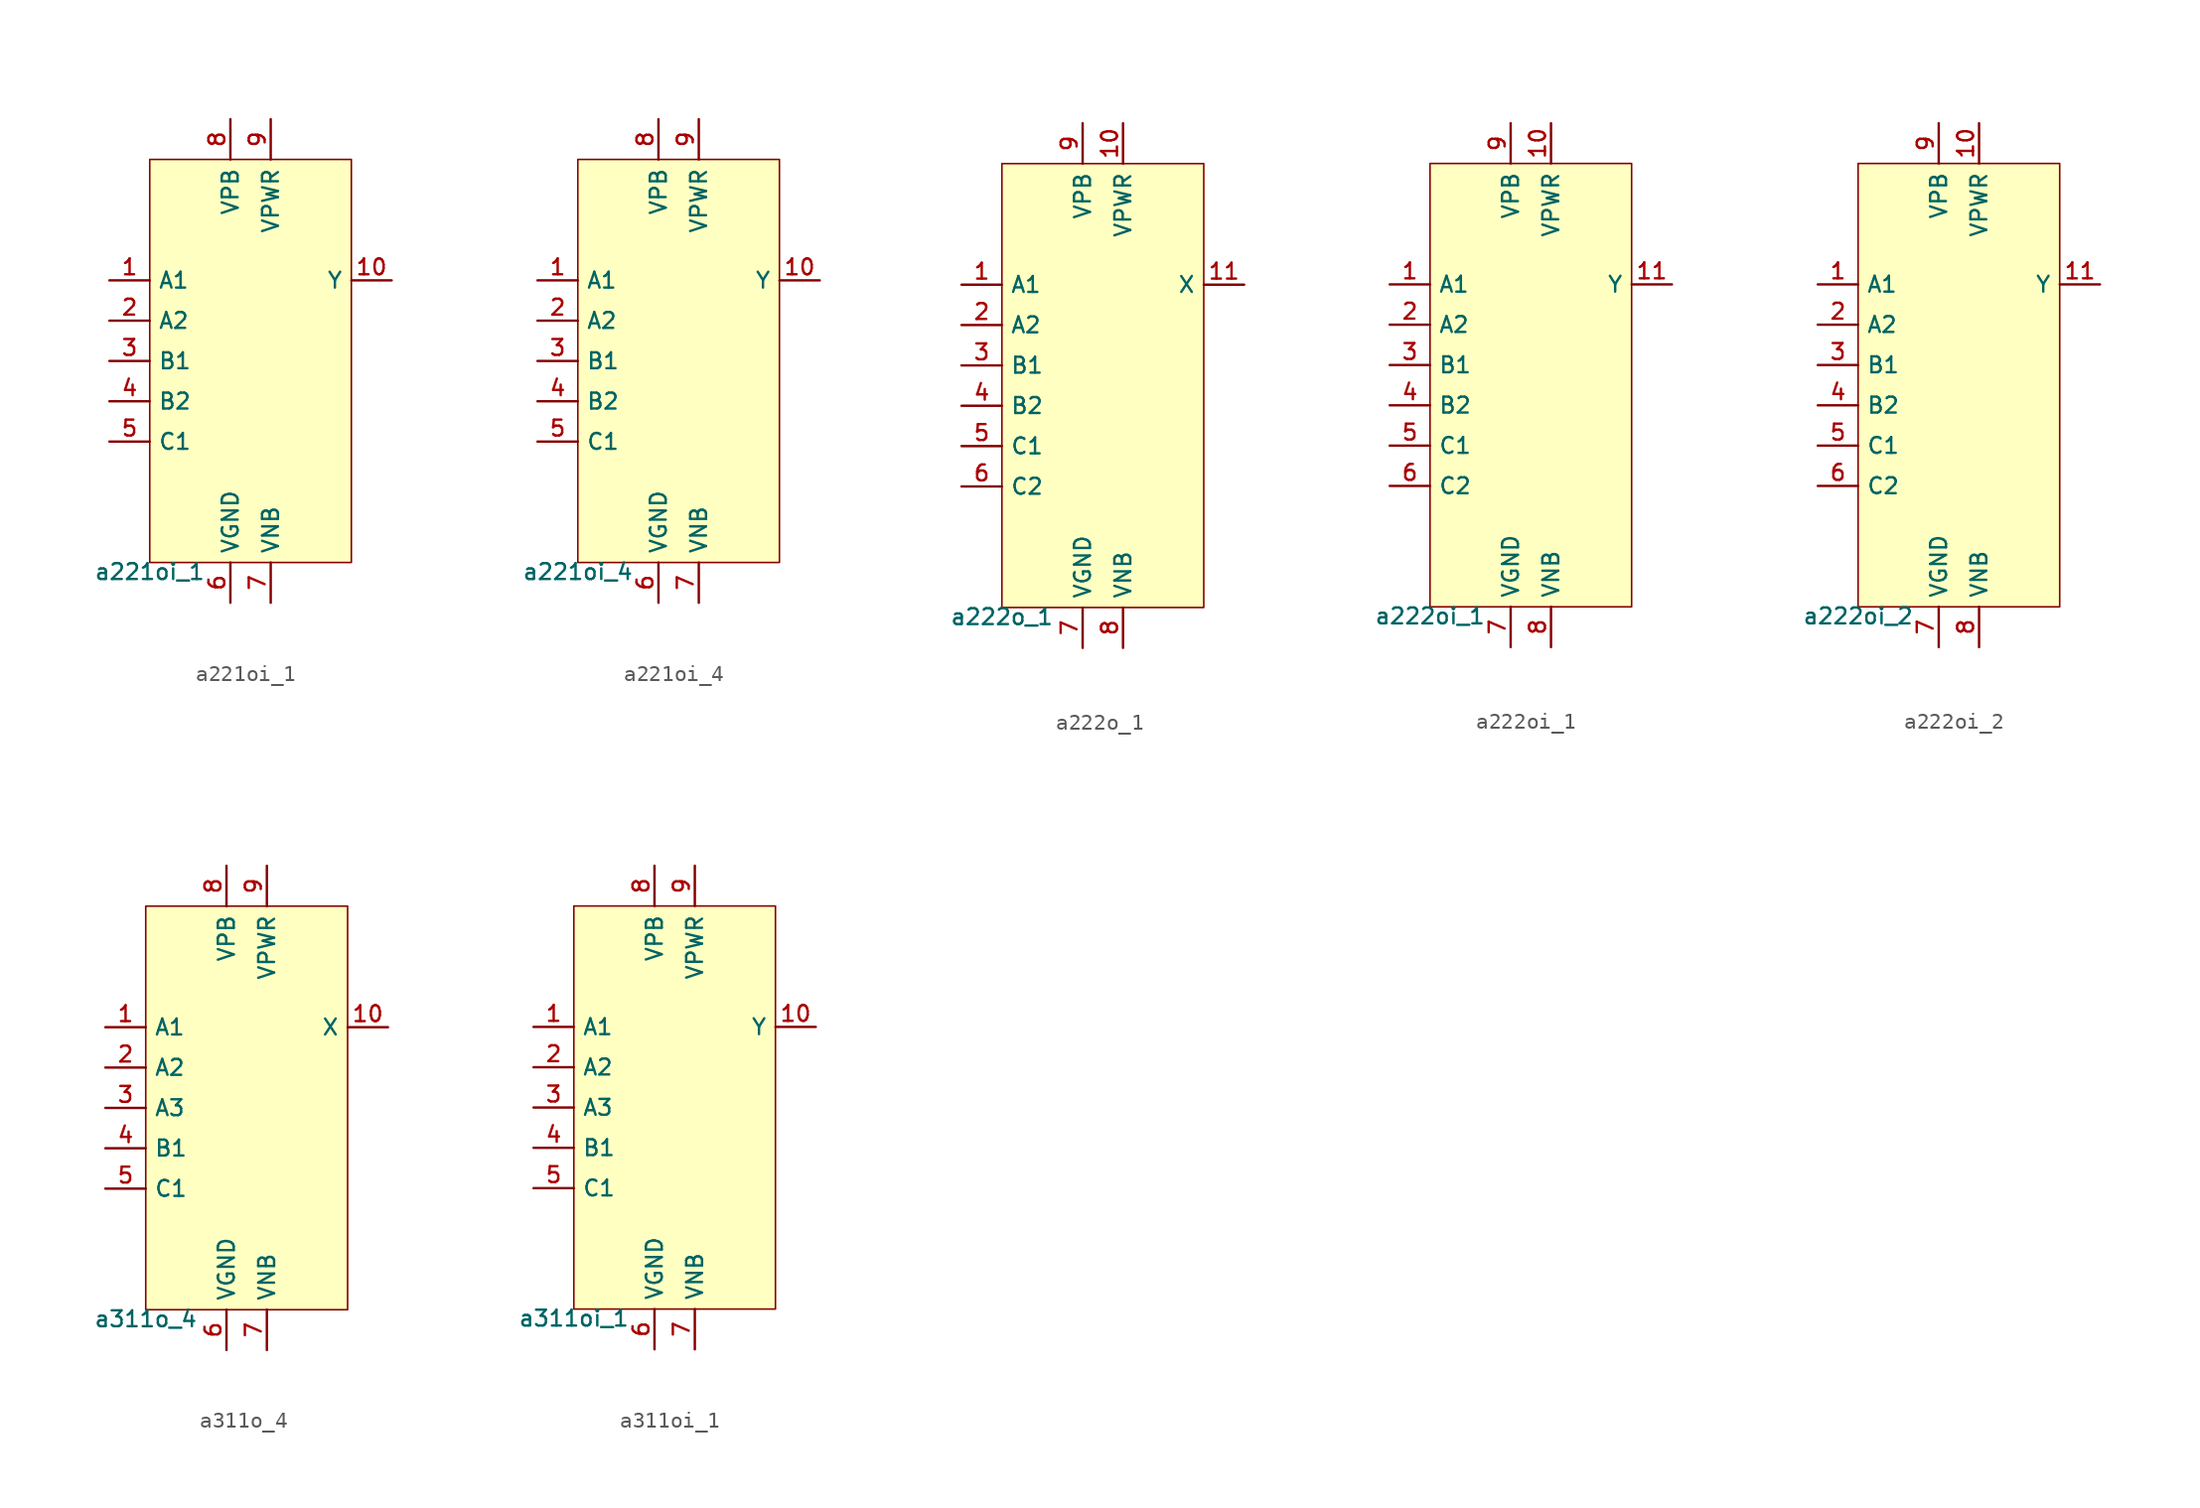
<source format=kicad_sym>
(kicad_symbol_lib
  (version 20211014)
  (generator pdk2kicad)
  (symbol "a221oi_1"
    (property "Reference" "X"
      (at 0 0 0)
      (effects (font (size 1 1)) hide))
    (property "Value" "a221oi_1"
      (at -6.35 -12.7 0)
      (effects (font (size 1 1)) (justify top)))
    (rectangle
      (start -6.35 -12.7)
      (end 6.35 12.7)
      (stroke (width 0.1) (type solid) (color 0 0 0 0))
      (fill (type background)))
    (pin input line
      (at -8.89 5.08 0)
      (length 2.54)
      (name "A1" (effects (font (size 1 1)) hide))
      (number "1" (effects (font (size 1 1)) hide)))
    (pin input line
      (at -8.89 2.54 0)
      (length 2.54)
      (name "A2" (effects (font (size 1 1)) hide))
      (number "2" (effects (font (size 1 1)) hide)))
    (pin input line
      (at -8.89 -8.881784197001252e-16 0)
      (length 2.54)
      (name "B1" (effects (font (size 1 1)) hide))
      (number "3" (effects (font (size 1 1)) hide)))
    (pin input line
      (at -8.89 -2.54 0)
      (length 2.54)
      (name "B2" (effects (font (size 1 1)) hide))
      (number "4" (effects (font (size 1 1)) hide)))
    (pin input line
      (at -8.89 -5.08 0)
      (length 2.54)
      (name "C1" (effects (font (size 1 1)) hide))
      (number "5" (effects (font (size 1 1)) hide)))
    (pin power_in line
      (at -1.27 -15.24 90)
      (length 2.54)
      (name "VGND" (effects (font (size 1 1)) hide))
      (number "6" (effects (font (size 1 1)) hide)))
    (pin power_in line
      (at 1.27 -15.24 90)
      (length 2.54)
      (name "VNB" (effects (font (size 1 1)) hide))
      (number "7" (effects (font (size 1 1)) hide)))
    (pin power_in line
      (at -1.27 15.24 270)
      (length 2.54)
      (name "VPB" (effects (font (size 1 1)) hide))
      (number "8" (effects (font (size 1 1)) hide)))
    (pin power_in line
      (at 1.27 15.24 270)
      (length 2.54)
      (name "VPWR" (effects (font (size 1 1)) hide))
      (number "9" (effects (font (size 1 1)) hide)))
    (pin output line
      (at 8.89 5.08 180)
      (length 2.54)
      (name "Y" (effects (font (size 1 1)) hide))
      (number "10" (effects (font (size 1 1)) hide))))
  (symbol "a221oi_4"
    (property "Reference" "X"
      (at 0 0 0)
      (effects (font (size 1 1)) hide))
    (property "Value" "a221oi_4"
      (at -6.35 -12.7 0)
      (effects (font (size 1 1)) (justify top)))
    (rectangle
      (start -6.35 -12.7)
      (end 6.35 12.7)
      (stroke (width 0.1) (type solid) (color 0 0 0 0))
      (fill (type background)))
    (pin input line
      (at -8.89 5.08 0)
      (length 2.54)
      (name "A1" (effects (font (size 1 1)) hide))
      (number "1" (effects (font (size 1 1)) hide)))
    (pin input line
      (at -8.89 2.54 0)
      (length 2.54)
      (name "A2" (effects (font (size 1 1)) hide))
      (number "2" (effects (font (size 1 1)) hide)))
    (pin input line
      (at -8.89 -8.881784197001252e-16 0)
      (length 2.54)
      (name "B1" (effects (font (size 1 1)) hide))
      (number "3" (effects (font (size 1 1)) hide)))
    (pin input line
      (at -8.89 -2.54 0)
      (length 2.54)
      (name "B2" (effects (font (size 1 1)) hide))
      (number "4" (effects (font (size 1 1)) hide)))
    (pin input line
      (at -8.89 -5.08 0)
      (length 2.54)
      (name "C1" (effects (font (size 1 1)) hide))
      (number "5" (effects (font (size 1 1)) hide)))
    (pin power_in line
      (at -1.27 -15.24 90)
      (length 2.54)
      (name "VGND" (effects (font (size 1 1)) hide))
      (number "6" (effects (font (size 1 1)) hide)))
    (pin power_in line
      (at 1.27 -15.24 90)
      (length 2.54)
      (name "VNB" (effects (font (size 1 1)) hide))
      (number "7" (effects (font (size 1 1)) hide)))
    (pin power_in line
      (at -1.27 15.24 270)
      (length 2.54)
      (name "VPB" (effects (font (size 1 1)) hide))
      (number "8" (effects (font (size 1 1)) hide)))
    (pin power_in line
      (at 1.27 15.24 270)
      (length 2.54)
      (name "VPWR" (effects (font (size 1 1)) hide))
      (number "9" (effects (font (size 1 1)) hide)))
    (pin output line
      (at 8.89 5.08 180)
      (length 2.54)
      (name "Y" (effects (font (size 1 1)) hide))
      (number "10" (effects (font (size 1 1)) hide))))
  (symbol "a222o_1"
    (property "Reference" "X"
      (at 0 0 0)
      (effects (font (size 1 1)) hide))
    (property "Value" "a222o_1"
      (at -6.35 -13.97 0)
      (effects (font (size 1 1)) (justify top)))
    (rectangle
      (start -6.35 -13.97)
      (end 6.35 13.97)
      (stroke (width 0.1) (type solid) (color 0 0 0 0))
      (fill (type background)))
    (pin input line
      (at -8.89 6.35 0)
      (length 2.54)
      (name "A1" (effects (font (size 1 1)) hide))
      (number "1" (effects (font (size 1 1)) hide)))
    (pin input line
      (at -8.89 3.81 0)
      (length 2.54)
      (name "A2" (effects (font (size 1 1)) hide))
      (number "2" (effects (font (size 1 1)) hide)))
    (pin input line
      (at -8.89 1.27 0)
      (length 2.54)
      (name "B1" (effects (font (size 1 1)) hide))
      (number "3" (effects (font (size 1 1)) hide)))
    (pin input line
      (at -8.89 -1.27 0)
      (length 2.54)
      (name "B2" (effects (font (size 1 1)) hide))
      (number "4" (effects (font (size 1 1)) hide)))
    (pin input line
      (at -8.89 -3.81 0)
      (length 2.54)
      (name "C1" (effects (font (size 1 1)) hide))
      (number "5" (effects (font (size 1 1)) hide)))
    (pin input line
      (at -8.89 -6.35 0)
      (length 2.54)
      (name "C2" (effects (font (size 1 1)) hide))
      (number "6" (effects (font (size 1 1)) hide)))
    (pin power_in line
      (at -1.27 -16.51 90)
      (length 2.54)
      (name "VGND" (effects (font (size 1 1)) hide))
      (number "7" (effects (font (size 1 1)) hide)))
    (pin power_in line
      (at 1.27 -16.51 90)
      (length 2.54)
      (name "VNB" (effects (font (size 1 1)) hide))
      (number "8" (effects (font (size 1 1)) hide)))
    (pin power_in line
      (at -1.27 16.51 270)
      (length 2.54)
      (name "VPB" (effects (font (size 1 1)) hide))
      (number "9" (effects (font (size 1 1)) hide)))
    (pin power_in line
      (at 1.27 16.51 270)
      (length 2.54)
      (name "VPWR" (effects (font (size 1 1)) hide))
      (number "10" (effects (font (size 1 1)) hide)))
    (pin output line
      (at 8.89 6.35 180)
      (length 2.54)
      (name "X" (effects (font (size 1 1)) hide))
      (number "11" (effects (font (size 1 1)) hide))))
  (symbol "a222oi_1"
    (property "Reference" "X"
      (at 0 0 0)
      (effects (font (size 1 1)) hide))
    (property "Value" "a222oi_1"
      (at -6.35 -13.97 0)
      (effects (font (size 1 1)) (justify top)))
    (rectangle
      (start -6.35 -13.97)
      (end 6.35 13.97)
      (stroke (width 0.1) (type solid) (color 0 0 0 0))
      (fill (type background)))
    (pin input line
      (at -8.89 6.35 0)
      (length 2.54)
      (name "A1" (effects (font (size 1 1)) hide))
      (number "1" (effects (font (size 1 1)) hide)))
    (pin input line
      (at -8.89 3.81 0)
      (length 2.54)
      (name "A2" (effects (font (size 1 1)) hide))
      (number "2" (effects (font (size 1 1)) hide)))
    (pin input line
      (at -8.89 1.27 0)
      (length 2.54)
      (name "B1" (effects (font (size 1 1)) hide))
      (number "3" (effects (font (size 1 1)) hide)))
    (pin input line
      (at -8.89 -1.27 0)
      (length 2.54)
      (name "B2" (effects (font (size 1 1)) hide))
      (number "4" (effects (font (size 1 1)) hide)))
    (pin input line
      (at -8.89 -3.81 0)
      (length 2.54)
      (name "C1" (effects (font (size 1 1)) hide))
      (number "5" (effects (font (size 1 1)) hide)))
    (pin input line
      (at -8.89 -6.35 0)
      (length 2.54)
      (name "C2" (effects (font (size 1 1)) hide))
      (number "6" (effects (font (size 1 1)) hide)))
    (pin power_in line
      (at -1.27 -16.51 90)
      (length 2.54)
      (name "VGND" (effects (font (size 1 1)) hide))
      (number "7" (effects (font (size 1 1)) hide)))
    (pin power_in line
      (at 1.27 -16.51 90)
      (length 2.54)
      (name "VNB" (effects (font (size 1 1)) hide))
      (number "8" (effects (font (size 1 1)) hide)))
    (pin power_in line
      (at -1.27 16.51 270)
      (length 2.54)
      (name "VPB" (effects (font (size 1 1)) hide))
      (number "9" (effects (font (size 1 1)) hide)))
    (pin power_in line
      (at 1.27 16.51 270)
      (length 2.54)
      (name "VPWR" (effects (font (size 1 1)) hide))
      (number "10" (effects (font (size 1 1)) hide)))
    (pin output line
      (at 8.89 6.35 180)
      (length 2.54)
      (name "Y" (effects (font (size 1 1)) hide))
      (number "11" (effects (font (size 1 1)) hide))))
  (symbol "a222oi_2"
    (property "Reference" "X"
      (at 0 0 0)
      (effects (font (size 1 1)) hide))
    (property "Value" "a222oi_2"
      (at -6.35 -13.97 0)
      (effects (font (size 1 1)) (justify top)))
    (rectangle
      (start -6.35 -13.97)
      (end 6.35 13.97)
      (stroke (width 0.1) (type solid) (color 0 0 0 0))
      (fill (type background)))
    (pin input line
      (at -8.89 6.35 0)
      (length 2.54)
      (name "A1" (effects (font (size 1 1)) hide))
      (number "1" (effects (font (size 1 1)) hide)))
    (pin input line
      (at -8.89 3.81 0)
      (length 2.54)
      (name "A2" (effects (font (size 1 1)) hide))
      (number "2" (effects (font (size 1 1)) hide)))
    (pin input line
      (at -8.89 1.27 0)
      (length 2.54)
      (name "B1" (effects (font (size 1 1)) hide))
      (number "3" (effects (font (size 1 1)) hide)))
    (pin input line
      (at -8.89 -1.27 0)
      (length 2.54)
      (name "B2" (effects (font (size 1 1)) hide))
      (number "4" (effects (font (size 1 1)) hide)))
    (pin input line
      (at -8.89 -3.81 0)
      (length 2.54)
      (name "C1" (effects (font (size 1 1)) hide))
      (number "5" (effects (font (size 1 1)) hide)))
    (pin input line
      (at -8.89 -6.35 0)
      (length 2.54)
      (name "C2" (effects (font (size 1 1)) hide))
      (number "6" (effects (font (size 1 1)) hide)))
    (pin power_in line
      (at -1.27 -16.51 90)
      (length 2.54)
      (name "VGND" (effects (font (size 1 1)) hide))
      (number "7" (effects (font (size 1 1)) hide)))
    (pin power_in line
      (at 1.27 -16.51 90)
      (length 2.54)
      (name "VNB" (effects (font (size 1 1)) hide))
      (number "8" (effects (font (size 1 1)) hide)))
    (pin power_in line
      (at -1.27 16.51 270)
      (length 2.54)
      (name "VPB" (effects (font (size 1 1)) hide))
      (number "9" (effects (font (size 1 1)) hide)))
    (pin power_in line
      (at 1.27 16.51 270)
      (length 2.54)
      (name "VPWR" (effects (font (size 1 1)) hide))
      (number "10" (effects (font (size 1 1)) hide)))
    (pin output line
      (at 8.89 6.35 180)
      (length 2.54)
      (name "Y" (effects (font (size 1 1)) hide))
      (number "11" (effects (font (size 1 1)) hide))))
  (symbol "a311o_4"
    (property "Reference" "X"
      (at 0 0 0)
      (effects (font (size 1 1)) hide))
    (property "Value" "a311o_4"
      (at -6.35 -12.7 0)
      (effects (font (size 1 1)) (justify top)))
    (rectangle
      (start -6.35 -12.7)
      (end 6.35 12.7)
      (stroke (width 0.1) (type solid) (color 0 0 0 0))
      (fill (type background)))
    (pin input line
      (at -8.89 5.08 0)
      (length 2.54)
      (name "A1" (effects (font (size 1 1)) hide))
      (number "1" (effects (font (size 1 1)) hide)))
    (pin input line
      (at -8.89 2.54 0)
      (length 2.54)
      (name "A2" (effects (font (size 1 1)) hide))
      (number "2" (effects (font (size 1 1)) hide)))
    (pin input line
      (at -8.89 -8.881784197001252e-16 0)
      (length 2.54)
      (name "A3" (effects (font (size 1 1)) hide))
      (number "3" (effects (font (size 1 1)) hide)))
    (pin input line
      (at -8.89 -2.54 0)
      (length 2.54)
      (name "B1" (effects (font (size 1 1)) hide))
      (number "4" (effects (font (size 1 1)) hide)))
    (pin input line
      (at -8.89 -5.08 0)
      (length 2.54)
      (name "C1" (effects (font (size 1 1)) hide))
      (number "5" (effects (font (size 1 1)) hide)))
    (pin power_in line
      (at -1.27 -15.24 90)
      (length 2.54)
      (name "VGND" (effects (font (size 1 1)) hide))
      (number "6" (effects (font (size 1 1)) hide)))
    (pin power_in line
      (at 1.27 -15.24 90)
      (length 2.54)
      (name "VNB" (effects (font (size 1 1)) hide))
      (number "7" (effects (font (size 1 1)) hide)))
    (pin power_in line
      (at -1.27 15.24 270)
      (length 2.54)
      (name "VPB" (effects (font (size 1 1)) hide))
      (number "8" (effects (font (size 1 1)) hide)))
    (pin power_in line
      (at 1.27 15.24 270)
      (length 2.54)
      (name "VPWR" (effects (font (size 1 1)) hide))
      (number "9" (effects (font (size 1 1)) hide)))
    (pin output line
      (at 8.89 5.08 180)
      (length 2.54)
      (name "X" (effects (font (size 1 1)) hide))
      (number "10" (effects (font (size 1 1)) hide))))
  (symbol "a311oi_1"
    (property "Reference" "X"
      (at 0 0 0)
      (effects (font (size 1 1)) hide))
    (property "Value" "a311oi_1"
      (at -6.35 -12.7 0)
      (effects (font (size 1 1)) (justify top)))
    (rectangle
      (start -6.35 -12.7)
      (end 6.35 12.7)
      (stroke (width 0.1) (type solid) (color 0 0 0 0))
      (fill (type background)))
    (pin input line
      (at -8.89 5.08 0)
      (length 2.54)
      (name "A1" (effects (font (size 1 1)) hide))
      (number "1" (effects (font (size 1 1)) hide)))
    (pin input line
      (at -8.89 2.54 0)
      (length 2.54)
      (name "A2" (effects (font (size 1 1)) hide))
      (number "2" (effects (font (size 1 1)) hide)))
    (pin input line
      (at -8.89 -8.881784197001252e-16 0)
      (length 2.54)
      (name "A3" (effects (font (size 1 1)) hide))
      (number "3" (effects (font (size 1 1)) hide)))
    (pin input line
      (at -8.89 -2.54 0)
      (length 2.54)
      (name "B1" (effects (font (size 1 1)) hide))
      (number "4" (effects (font (size 1 1)) hide)))
    (pin input line
      (at -8.89 -5.08 0)
      (length 2.54)
      (name "C1" (effects (font (size 1 1)) hide))
      (number "5" (effects (font (size 1 1)) hide)))
    (pin power_in line
      (at -1.27 -15.24 90)
      (length 2.54)
      (name "VGND" (effects (font (size 1 1)) hide))
      (number "6" (effects (font (size 1 1)) hide)))
    (pin power_in line
      (at 1.27 -15.24 90)
      (length 2.54)
      (name "VNB" (effects (font (size 1 1)) hide))
      (number "7" (effects (font (size 1 1)) hide)))
    (pin power_in line
      (at -1.27 15.24 270)
      (length 2.54)
      (name "VPB" (effects (font (size 1 1)) hide))
      (number "8" (effects (font (size 1 1)) hide)))
    (pin power_in line
      (at 1.27 15.24 270)
      (length 2.54)
      (name "VPWR" (effects (font (size 1 1)) hide))
      (number "9" (effects (font (size 1 1)) hide)))
    (pin output line
      (at 8.89 5.08 180)
      (length 2.54)
      (name "Y" (effects (font (size 1 1)) hide))
      (number "10" (effects (font (size 1 1)) hide)))))
</source>
